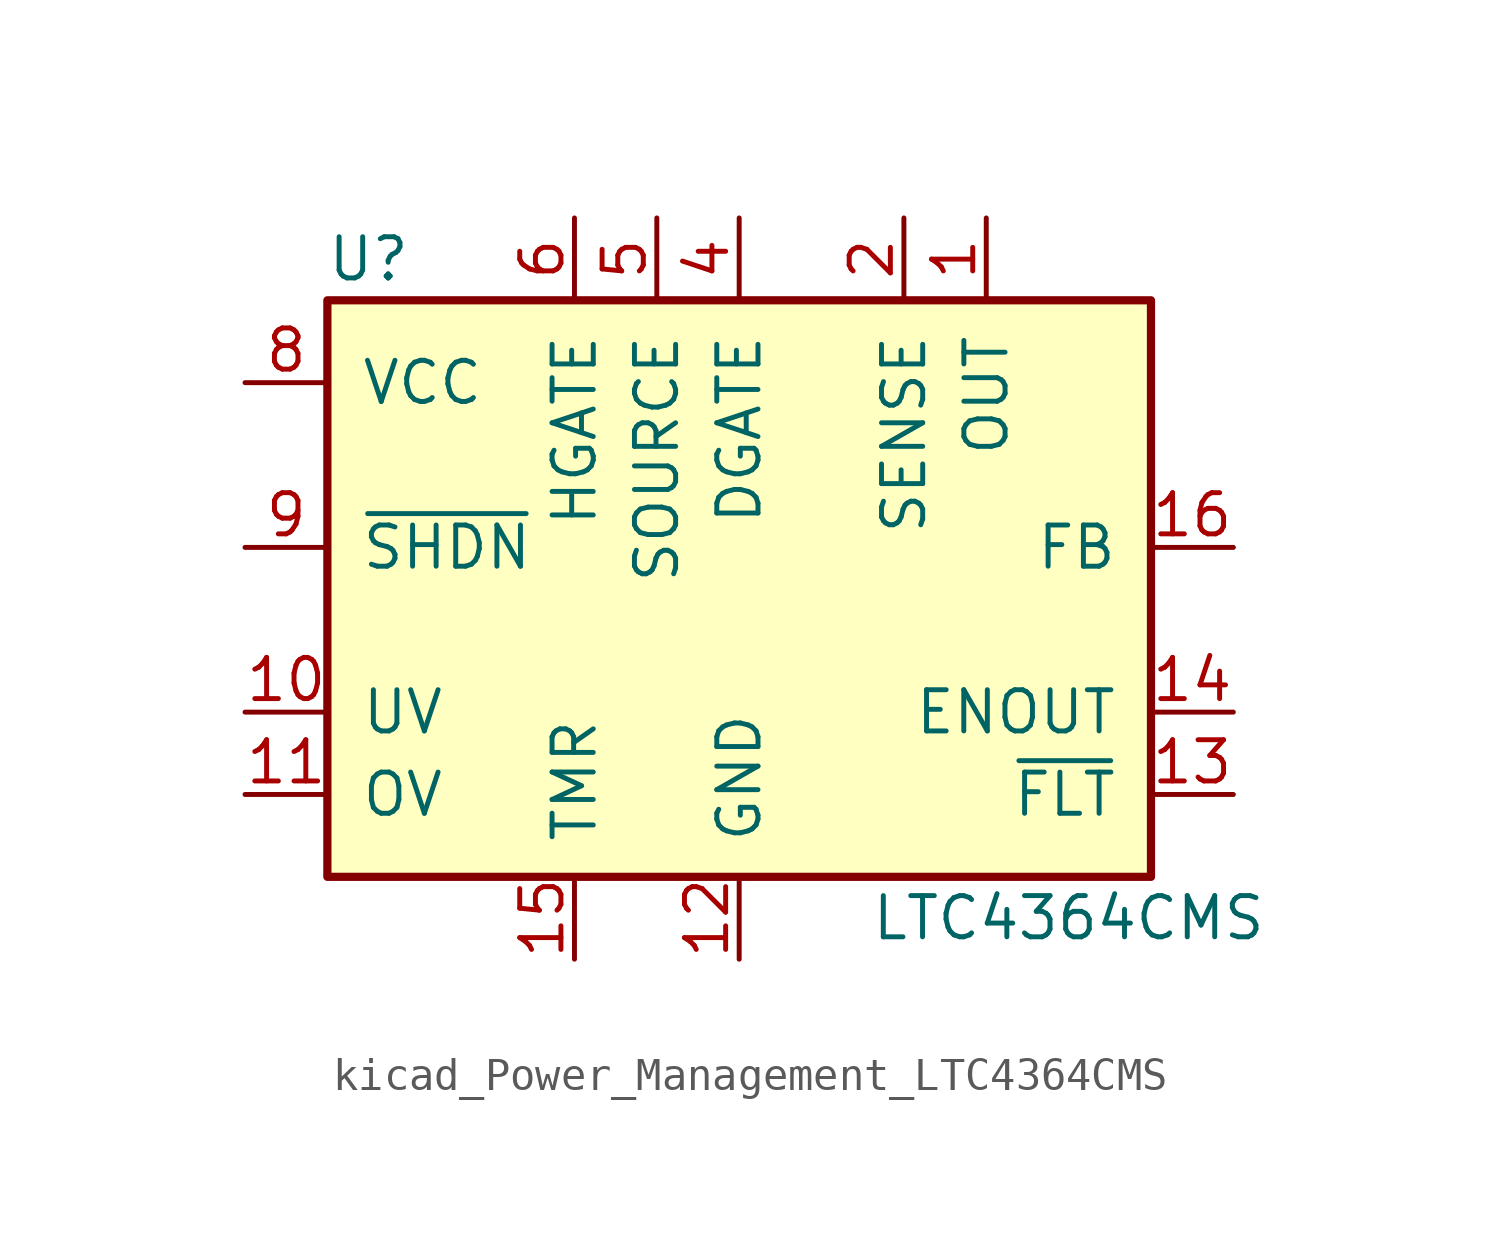
<source format=kicad_sym>
(kicad_symbol_lib
  (version 20220914)
  (generator kicad_symbol_editor)
  (symbol "kicad_Power_Management_LTC4364CMS"
    (pin_names
      (offset 1.016))
    (property "Reference" "U"
      (at -11.43 8.89 0)
      (effects (font (size 1.27 1.27))))
    (property "Value" "LTC4364CMS"
      (at 10.16 -11.43 0)
      (effects (font (size 1.27 1.27))))
    (symbol "kicad_Power_Management_LTC4364CMS_0_1"
      (rectangle (start -12.7 7.62) (end 12.7 -10.16) (stroke (width 0.254) (type default)) (fill (type background))))
    (symbol "kicad_Power_Management_LTC4364CMS_1_1"
      (pin input line (at 7.62 10.16 270) (length 2.54) (name "OUT" (effects (font (size 1.27 1.27)))) (number "1" (effects (font (size 1.27 1.27)))))
      (pin input line (at -15.24 -5.08 0) (length 2.54) (name "UV" (effects (font (size 1.27 1.27)))) (number "10" (effects (font (size 1.27 1.27)))))
      (pin input line (at -15.24 -7.62 0) (length 2.54) (name "OV" (effects (font (size 1.27 1.27)))) (number "11" (effects (font (size 1.27 1.27)))))
      (pin power_in line (at 0 -12.7 90) (length 2.54) (name "GND" (effects (font (size 1.27 1.27)))) (number "12" (effects (font (size 1.27 1.27)))))
      (pin open_collector line (at 15.24 -7.62 180) (length 2.54) (name "~{FLT}" (effects (font (size 1.27 1.27)))) (number "13" (effects (font (size 1.27 1.27)))))
      (pin open_collector line (at 15.24 -5.08 180) (length 2.54) (name "ENOUT" (effects (font (size 1.27 1.27)))) (number "14" (effects (font (size 1.27 1.27)))))
      (pin input line (at -5.08 -12.7 90) (length 2.54) (name "TMR" (effects (font (size 1.27 1.27)))) (number "15" (effects (font (size 1.27 1.27)))))
      (pin input line (at 15.24 0 180) (length 2.54) (name "FB" (effects (font (size 1.27 1.27)))) (number "16" (effects (font (size 1.27 1.27)))))
      (pin input line (at 5.08 10.16 270) (length 2.54) (name "SENSE" (effects (font (size 1.27 1.27)))) (number "2" (effects (font (size 1.27 1.27)))))
      (pin no_connect line (at 12.7 2.54 180) (length 2.54) hide (name "NC" (effects (font (size 1.27 1.27)))) (number "3" (effects (font (size 1.27 1.27)))))
      (pin output line (at 0 10.16 270) (length 2.54) (name "DGATE" (effects (font (size 1.27 1.27)))) (number "4" (effects (font (size 1.27 1.27)))))
      (pin input line (at -2.54 10.16 270) (length 2.54) (name "SOURCE" (effects (font (size 1.27 1.27)))) (number "5" (effects (font (size 1.27 1.27)))))
      (pin output line (at -5.08 10.16 270) (length 2.54) (name "HGATE" (effects (font (size 1.27 1.27)))) (number "6" (effects (font (size 1.27 1.27)))))
      (pin no_connect line (at 12.7 5.08 180) (length 2.54) hide (name "NC" (effects (font (size 1.27 1.27)))) (number "7" (effects (font (size 1.27 1.27)))))
      (pin power_in line (at -15.24 5.08 0) (length 2.54) (name "VCC" (effects (font (size 1.27 1.27)))) (number "8" (effects (font (size 1.27 1.27)))))
      (pin input line (at -15.24 0 0) (length 2.54) (name "~{SHDN}" (effects (font (size 1.27 1.27)))) (number "9" (effects (font (size 1.27 1.27))))))))
</source>
